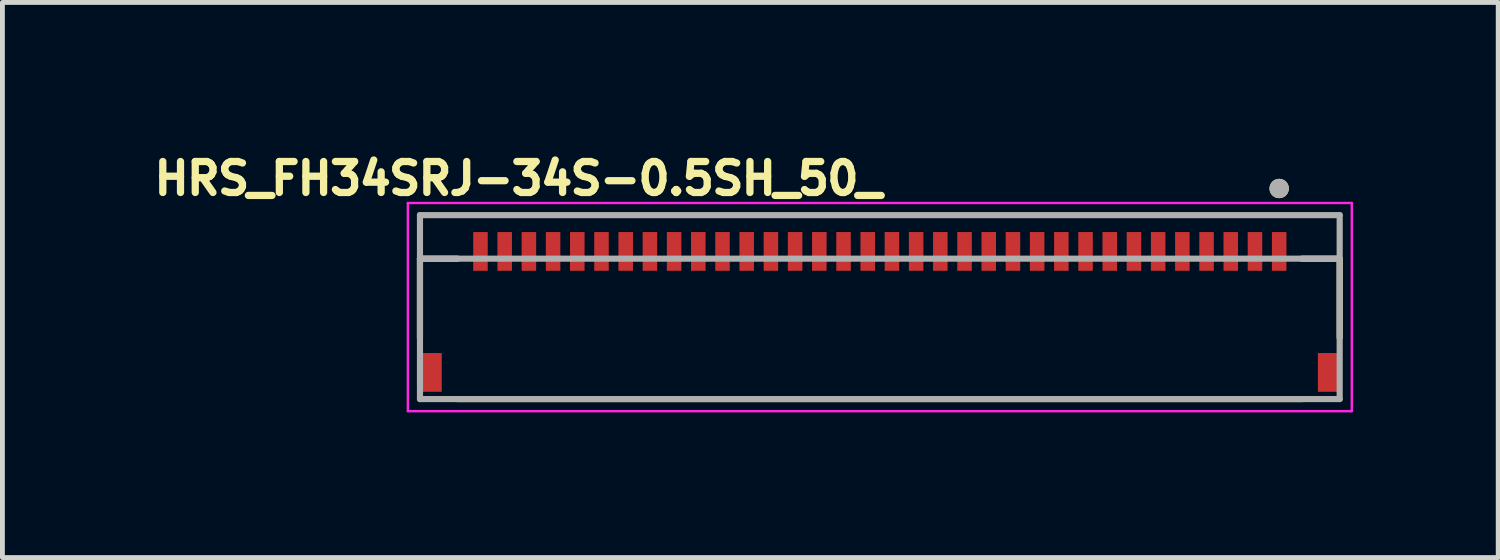
<source format=kicad_pcb>
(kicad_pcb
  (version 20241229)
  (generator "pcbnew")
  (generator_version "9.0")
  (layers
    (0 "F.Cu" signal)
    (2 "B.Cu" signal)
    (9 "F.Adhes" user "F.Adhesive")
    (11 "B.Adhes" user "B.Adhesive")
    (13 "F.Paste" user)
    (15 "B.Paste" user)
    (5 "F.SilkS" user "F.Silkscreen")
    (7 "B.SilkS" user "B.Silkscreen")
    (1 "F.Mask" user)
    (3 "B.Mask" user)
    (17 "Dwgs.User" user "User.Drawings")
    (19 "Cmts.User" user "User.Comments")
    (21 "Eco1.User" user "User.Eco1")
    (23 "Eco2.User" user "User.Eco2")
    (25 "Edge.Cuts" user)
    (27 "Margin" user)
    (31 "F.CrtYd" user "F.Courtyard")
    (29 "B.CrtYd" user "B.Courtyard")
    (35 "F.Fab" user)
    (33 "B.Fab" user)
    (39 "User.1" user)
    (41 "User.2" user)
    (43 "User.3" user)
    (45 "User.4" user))
  (footprint "HRS_FH34SRJ-34S-0.5SH_50_"
    (layer "F.Cu")
    (at 15.126 3.394)
    (property "Reference" "HRS_FH34SRJ-34S-0.5SH_50_" (at -7.468 -2.756 0) (layer "F.SilkS") (effects (font (size 0.64 0.64) (thickness 0.15))))
    (attr smd)
    (fp_line (start -9.5 -1.1) (end -9.5 0.53) (stroke (width 0.127) (type solid)) (layer "F.SilkS"))
    (fp_line (start -8.73 1.8) (end 8.73 1.8) (stroke (width 0.127) (type solid)) (layer "F.SilkS"))
    (fp_line (start -8.72 -1.1) (end -9.5 -1.1) (stroke (width 0.127) (type solid)) (layer "F.SilkS"))
    (fp_line (start 8.72 -1.1) (end 9.5 -1.1) (stroke (width 0.127) (type solid)) (layer "F.SilkS"))
    (fp_line (start 9.5 -1.1) (end 9.5 0.53) (stroke (width 0.127) (type solid)) (layer "F.SilkS"))
    (fp_circle (center 8.25 -2.55) (end 8.35 -2.55) (stroke (width 0.2) (type solid)) (fill no) (layer "F.SilkS"))
    (fp_poly (pts (xy -8.375 -1.65) (xy -8.125 -1.65) (xy -8.125 -1) (xy -8.375 -1)) (stroke (width 0.01) (type solid)) (fill yes) (layer "F.Paste"))
    (fp_poly (pts (xy -7.875 -1.65) (xy -7.625 -1.65) (xy -7.625 -1) (xy -7.875 -1)) (stroke (width 0.01) (type solid)) (fill yes) (layer "F.Paste"))
    (fp_poly (pts (xy -7.375 -1.65) (xy -7.125 -1.65) (xy -7.125 -1) (xy -7.375 -1)) (stroke (width 0.01) (type solid)) (fill yes) (layer "F.Paste"))
    (fp_poly (pts (xy -6.875 -1.65) (xy -6.625 -1.65) (xy -6.625 -1) (xy -6.875 -1)) (stroke (width 0.01) (type solid)) (fill yes) (layer "F.Paste"))
    (fp_poly (pts (xy -6.375 -1.65) (xy -6.125 -1.65) (xy -6.125 -1) (xy -6.375 -1)) (stroke (width 0.01) (type solid)) (fill yes) (layer "F.Paste"))
    (fp_poly (pts (xy -5.875 -1.65) (xy -5.625 -1.65) (xy -5.625 -1) (xy -5.875 -1)) (stroke (width 0.01) (type solid)) (fill yes) (layer "F.Paste"))
    (fp_poly (pts (xy -5.375 -1.65) (xy -5.125 -1.65) (xy -5.125 -1) (xy -5.375 -1)) (stroke (width 0.01) (type solid)) (fill yes) (layer "F.Paste"))
    (fp_poly (pts (xy -4.875 -1.65) (xy -4.625 -1.65) (xy -4.625 -1) (xy -4.875 -1)) (stroke (width 0.01) (type solid)) (fill yes) (layer "F.Paste"))
    (fp_poly (pts (xy -4.375 -1.65) (xy -4.125 -1.65) (xy -4.125 -1) (xy -4.375 -1)) (stroke (width 0.01) (type solid)) (fill yes) (layer "F.Paste"))
    (fp_poly (pts (xy -3.875 -1.65) (xy -3.625 -1.65) (xy -3.625 -1) (xy -3.875 -1)) (stroke (width 0.01) (type solid)) (fill yes) (layer "F.Paste"))
    (fp_poly (pts (xy -3.375 -1.65) (xy -3.125 -1.65) (xy -3.125 -1) (xy -3.375 -1)) (stroke (width 0.01) (type solid)) (fill yes) (layer "F.Paste"))
    (fp_poly (pts (xy -2.875 -1.65) (xy -2.625 -1.65) (xy -2.625 -1) (xy -2.875 -1)) (stroke (width 0.01) (type solid)) (fill yes) (layer "F.Paste"))
    (fp_poly (pts (xy -2.375 -1.65) (xy -2.125 -1.65) (xy -2.125 -1) (xy -2.375 -1)) (stroke (width 0.01) (type solid)) (fill yes) (layer "F.Paste"))
    (fp_poly (pts (xy -1.875 -1.65) (xy -1.625 -1.65) (xy -1.625 -1) (xy -1.875 -1)) (stroke (width 0.01) (type solid)) (fill yes) (layer "F.Paste"))
    (fp_poly (pts (xy -1.375 -1.65) (xy -1.125 -1.65) (xy -1.125 -1) (xy -1.375 -1)) (stroke (width 0.01) (type solid)) (fill yes) (layer "F.Paste"))
    (fp_poly (pts (xy -0.875 -1.65) (xy -0.625 -1.65) (xy -0.625 -1) (xy -0.875 -1)) (stroke (width 0.01) (type solid)) (fill yes) (layer "F.Paste"))
    (fp_poly (pts (xy -0.375 -1.65) (xy -0.125 -1.65) (xy -0.125 -1) (xy -0.375 -1)) (stroke (width 0.01) (type solid)) (fill yes) (layer "F.Paste"))
    (fp_poly (pts (xy 0.125 -1.65) (xy 0.375 -1.65) (xy 0.375 -1) (xy 0.125 -1)) (stroke (width 0.01) (type solid)) (fill yes) (layer "F.Paste"))
    (fp_poly (pts (xy 0.625 -1.65) (xy 0.875 -1.65) (xy 0.875 -1) (xy 0.625 -1)) (stroke (width 0.01) (type solid)) (fill yes) (layer "F.Paste"))
    (fp_poly (pts (xy 1.125 -1.65) (xy 1.375 -1.65) (xy 1.375 -1) (xy 1.125 -1)) (stroke (width 0.01) (type solid)) (fill yes) (layer "F.Paste"))
    (fp_poly (pts (xy 1.625 -1.65) (xy 1.875 -1.65) (xy 1.875 -1) (xy 1.625 -1)) (stroke (width 0.01) (type solid)) (fill yes) (layer "F.Paste"))
    (fp_poly (pts (xy 2.125 -1.65) (xy 2.375 -1.65) (xy 2.375 -1) (xy 2.125 -1)) (stroke (width 0.01) (type solid)) (fill yes) (layer "F.Paste"))
    (fp_poly (pts (xy 2.625 -1.65) (xy 2.875 -1.65) (xy 2.875 -1) (xy 2.625 -1)) (stroke (width 0.01) (type solid)) (fill yes) (layer "F.Paste"))
    (fp_poly (pts (xy 3.125 -1.65) (xy 3.375 -1.65) (xy 3.375 -1) (xy 3.125 -1)) (stroke (width 0.01) (type solid)) (fill yes) (layer "F.Paste"))
    (fp_poly (pts (xy 3.625 -1.65) (xy 3.875 -1.65) (xy 3.875 -1) (xy 3.625 -1)) (stroke (width 0.01) (type solid)) (fill yes) (layer "F.Paste"))
    (fp_poly (pts (xy 4.125 -1.65) (xy 4.375 -1.65) (xy 4.375 -1) (xy 4.125 -1)) (stroke (width 0.01) (type solid)) (fill yes) (layer "F.Paste"))
    (fp_poly (pts (xy 4.625 -1.65) (xy 4.875 -1.65) (xy 4.875 -1) (xy 4.625 -1)) (stroke (width 0.01) (type solid)) (fill yes) (layer "F.Paste"))
    (fp_poly (pts (xy 5.125 -1.65) (xy 5.375 -1.65) (xy 5.375 -1) (xy 5.125 -1)) (stroke (width 0.01) (type solid)) (fill yes) (layer "F.Paste"))
    (fp_poly (pts (xy 5.625 -1.65) (xy 5.875 -1.65) (xy 5.875 -1) (xy 5.625 -1)) (stroke (width 0.01) (type solid)) (fill yes) (layer "F.Paste"))
    (fp_poly (pts (xy 6.125 -1.65) (xy 6.375 -1.65) (xy 6.375 -1) (xy 6.125 -1)) (stroke (width 0.01) (type solid)) (fill yes) (layer "F.Paste"))
    (fp_poly (pts (xy 6.625 -1.65) (xy 6.875 -1.65) (xy 6.875 -1) (xy 6.625 -1)) (stroke (width 0.01) (type solid)) (fill yes) (layer "F.Paste"))
    (fp_poly (pts (xy 7.125 -1.65) (xy 7.375 -1.65) (xy 7.375 -1) (xy 7.125 -1)) (stroke (width 0.01) (type solid)) (fill yes) (layer "F.Paste"))
    (fp_poly (pts (xy 7.625 -1.65) (xy 7.875 -1.65) (xy 7.875 -1) (xy 7.625 -1)) (stroke (width 0.01) (type solid)) (fill yes) (layer "F.Paste"))
    (fp_poly (pts (xy 8.125 -1.65) (xy 8.375 -1.65) (xy 8.375 -1) (xy 8.125 -1)) (stroke (width 0.01) (type solid)) (fill yes) (layer "F.Paste"))
    (fp_line (start -9.75 -2.25) (end -9.75 2.05) (stroke (width 0.05) (type solid)) (layer "F.CrtYd"))
    (fp_line (start -9.75 2.05) (end 9.75 2.05) (stroke (width 0.05) (type solid)) (layer "F.CrtYd"))
    (fp_line (start 9.75 -2.25) (end -9.75 -2.25) (stroke (width 0.05) (type solid)) (layer "F.CrtYd"))
    (fp_line (start 9.75 2.05) (end 9.75 -2.25) (stroke (width 0.05) (type solid)) (layer "F.CrtYd"))
    (fp_line (start -9.5 -2) (end 9.5 -2) (stroke (width 0.127) (type solid)) (layer "F.Fab"))
    (fp_line (start -9.5 -1.1) (end -9.5 -2) (stroke (width 0.127) (type solid)) (layer "F.Fab"))
    (fp_line (start -9.5 -1.1) (end 9.5 -1.1) (stroke (width 0.127) (type solid)) (layer "F.Fab"))
    (fp_line (start -9.5 1.8) (end -9.5 -1.1) (stroke (width 0.127) (type solid)) (layer "F.Fab"))
    (fp_line (start 9.5 -2) (end 9.5 -1.1) (stroke (width 0.127) (type solid)) (layer "F.Fab"))
    (fp_line (start 9.5 -1.1) (end 9.5 1.8) (stroke (width 0.127) (type solid)) (layer "F.Fab"))
    (fp_line (start 9.5 1.8) (end -9.5 1.8) (stroke (width 0.127) (type solid)) (layer "F.Fab"))
    (fp_circle (center 8.25 -2.55) (end 8.35 -2.55) (stroke (width 0.2) (type solid)) (fill no) (layer "F.Fab"))
    (pad "1" smd rect (at 8.25 -1.25) (size 0.3 0.8) (layers "F.Cu" "F.Mask"))
    (pad "2" smd rect (at 7.75 -1.25) (size 0.3 0.8) (layers "F.Cu" "F.Mask"))
    (pad "3" smd rect (at 7.25 -1.25) (size 0.3 0.8) (layers "F.Cu" "F.Mask"))
    (pad "4" smd rect (at 6.75 -1.25) (size 0.3 0.8) (layers "F.Cu" "F.Mask"))
    (pad "5" smd rect (at 6.25 -1.25) (size 0.3 0.8) (layers "F.Cu" "F.Mask"))
    (pad "6" smd rect (at 5.75 -1.25) (size 0.3 0.8) (layers "F.Cu" "F.Mask"))
    (pad "7" smd rect (at 5.25 -1.25) (size 0.3 0.8) (layers "F.Cu" "F.Mask"))
    (pad "8" smd rect (at 4.75 -1.25) (size 0.3 0.8) (layers "F.Cu" "F.Mask"))
    (pad "9" smd rect (at 4.25 -1.25) (size 0.3 0.8) (layers "F.Cu" "F.Mask"))
    (pad "10" smd rect (at 3.75 -1.25) (size 0.3 0.8) (layers "F.Cu" "F.Mask"))
    (pad "11" smd rect (at 3.25 -1.25) (size 0.3 0.8) (layers "F.Cu" "F.Mask"))
    (pad "12" smd rect (at 2.75 -1.25) (size 0.3 0.8) (layers "F.Cu" "F.Mask"))
    (pad "13" smd rect (at 2.25 -1.25) (size 0.3 0.8) (layers "F.Cu" "F.Mask"))
    (pad "14" smd rect (at 1.75 -1.25) (size 0.3 0.8) (layers "F.Cu" "F.Mask"))
    (pad "15" smd rect (at 1.25 -1.25) (size 0.3 0.8) (layers "F.Cu" "F.Mask"))
    (pad "16" smd rect (at 0.75 -1.25) (size 0.3 0.8) (layers "F.Cu" "F.Mask"))
    (pad "17" smd rect (at 0.25 -1.25) (size 0.3 0.8) (layers "F.Cu" "F.Mask"))
    (pad "18" smd rect (at -0.25 -1.25) (size 0.3 0.8) (layers "F.Cu" "F.Mask"))
    (pad "19" smd rect (at -0.75 -1.25) (size 0.3 0.8) (layers "F.Cu" "F.Mask"))
    (pad "20" smd rect (at -1.25 -1.25) (size 0.3 0.8) (layers "F.Cu" "F.Mask"))
    (pad "21" smd rect (at -1.75 -1.25) (size 0.3 0.8) (layers "F.Cu" "F.Mask"))
    (pad "22" smd rect (at -2.25 -1.25) (size 0.3 0.8) (layers "F.Cu" "F.Mask"))
    (pad "23" smd rect (at -2.75 -1.25) (size 0.3 0.8) (layers "F.Cu" "F.Mask"))
    (pad "24" smd rect (at -3.25 -1.25) (size 0.3 0.8) (layers "F.Cu" "F.Mask"))
    (pad "25" smd rect (at -3.75 -1.25) (size 0.3 0.8) (layers "F.Cu" "F.Mask"))
    (pad "26" smd rect (at -4.25 -1.25) (size 0.3 0.8) (layers "F.Cu" "F.Mask"))
    (pad "27" smd rect (at -4.75 -1.25) (size 0.3 0.8) (layers "F.Cu" "F.Mask"))
    (pad "28" smd rect (at -5.25 -1.25) (size 0.3 0.8) (layers "F.Cu" "F.Mask"))
    (pad "29" smd rect (at -5.75 -1.25) (size 0.3 0.8) (layers "F.Cu" "F.Mask"))
    (pad "30" smd rect (at -6.25 -1.25) (size 0.3 0.8) (layers "F.Cu" "F.Mask"))
    (pad "31" smd rect (at -6.75 -1.25) (size 0.3 0.8) (layers "F.Cu" "F.Mask"))
    (pad "32" smd rect (at -7.25 -1.25) (size 0.3 0.8) (layers "F.Cu" "F.Mask"))
    (pad "33" smd rect (at -7.75 -1.25) (size 0.3 0.8) (layers "F.Cu" "F.Mask"))
    (pad "34" smd rect (at -8.25 -1.25) (size 0.3 0.8) (layers "F.Cu" "F.Mask"))
    (pad "S1" smd rect (at 9.25 1.25) (size 0.4 0.8) (layers "F.Cu" "F.Mask" "F.Paste"))
    (pad "S2" smd rect (at -9.25 1.25) (size 0.4 0.8) (layers "F.Cu" "F.Mask" "F.Paste")))
  (gr_rect
    (start -3 -3)
    (end 27.901 8.469)
    (stroke (width 0.1) (type default))
    (fill no)
    (layer "Edge.Cuts")))
</source>
